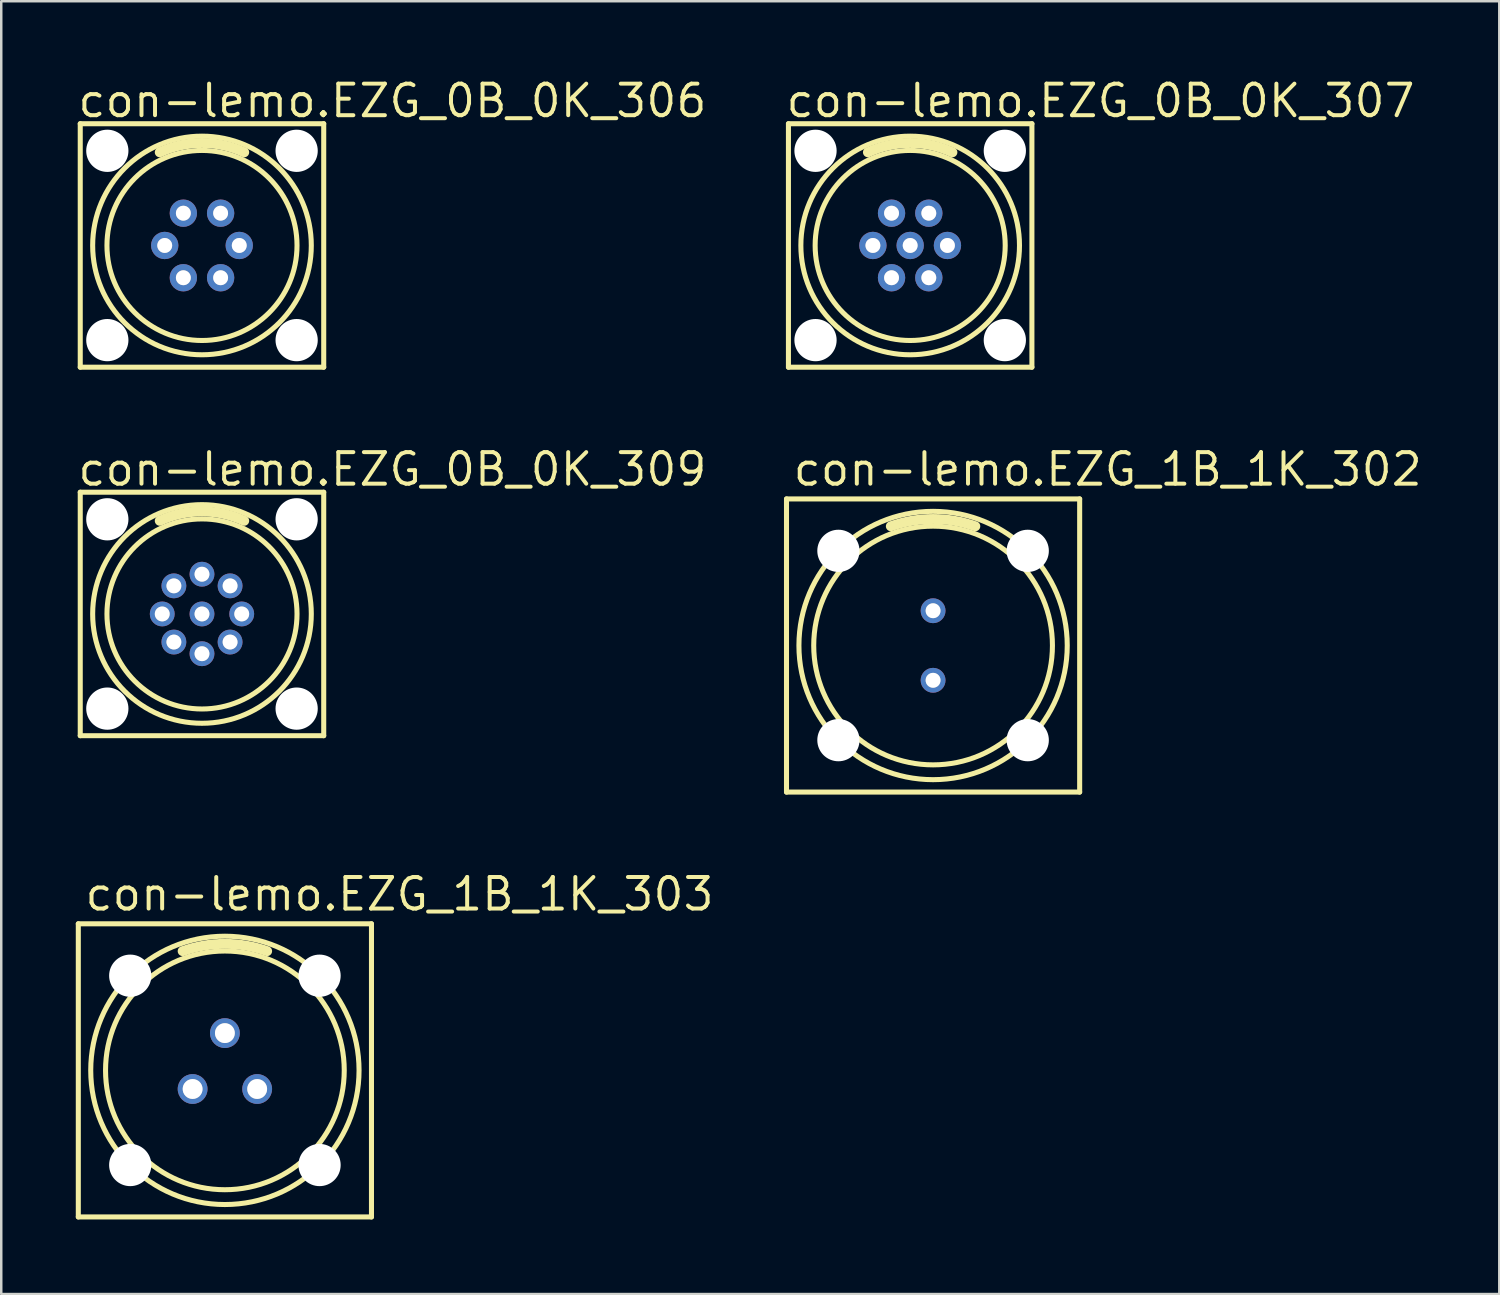
<source format=kicad_pcb>
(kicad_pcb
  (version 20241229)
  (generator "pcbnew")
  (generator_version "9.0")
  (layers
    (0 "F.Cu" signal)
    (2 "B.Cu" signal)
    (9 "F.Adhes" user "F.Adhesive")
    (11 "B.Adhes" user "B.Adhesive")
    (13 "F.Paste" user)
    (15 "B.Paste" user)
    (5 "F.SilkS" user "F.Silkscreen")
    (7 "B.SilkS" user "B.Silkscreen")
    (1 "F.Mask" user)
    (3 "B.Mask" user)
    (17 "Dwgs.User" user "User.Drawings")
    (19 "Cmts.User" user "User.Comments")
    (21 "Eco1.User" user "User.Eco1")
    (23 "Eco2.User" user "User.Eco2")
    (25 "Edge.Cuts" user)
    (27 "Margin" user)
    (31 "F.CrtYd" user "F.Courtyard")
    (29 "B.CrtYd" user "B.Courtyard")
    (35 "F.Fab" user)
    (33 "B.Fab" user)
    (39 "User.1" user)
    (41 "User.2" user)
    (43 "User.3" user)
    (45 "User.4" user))
  (footprint "con-lemo.EZG_1B_1K_303"
    (layer "F.Cu")
    (at 6.002 40.033)
    (property "Reference" "con-lemo.EZG_1B_1K_303" (at -5.715 -6.35 0) (layer "F.SilkS") (effects (font (size 1.27 1.27) (thickness 0.16)) (justify left bottom)))
    (attr through_hole)
    (fp_line (start -5.9 -5.9) (end 5.9 -5.9) (stroke (width 0.203) (type default)) (layer "F.SilkS"))
    (fp_line (start -5.9 5.9) (end -5.9 -5.9) (stroke (width 0.203) (type default)) (layer "F.SilkS"))
    (fp_line (start 5.9 -5.9) (end 5.9 5.9) (stroke (width 0.203) (type default)) (layer "F.SilkS"))
    (fp_line (start 5.9 5.9) (end -5.9 5.9) (stroke (width 0.203) (type default)) (layer "F.SilkS"))
    (fp_arc (start -1.7 -4.8) (mid 0 -5.092151) (end 1.7 -4.8) (stroke (width 0.4) (type default)) (layer "F.SilkS"))
    (fp_circle (center 0 0) (end 4.804 0) (stroke (width 0.203) (type default)) (fill no) (layer "F.SilkS"))
    (fp_circle (center 0 0) (end 5.4 0) (stroke (width 0.203) (type default)) (fill no) (layer "F.SilkS"))
    (fp_circle (center -1.299 0.75) (end -1.001 0.75) (stroke (width 0.203) (type default)) (fill no) (layer "F.Fab"))
    (fp_circle (center 0 -1.5) (end 0.298 -1.5) (stroke (width 0.203) (type default)) (fill no) (layer "F.Fab"))
    (fp_circle (center 1.299 0.75) (end 1.597 0.75) (stroke (width 0.203) (type default)) (fill no) (layer "F.Fab"))
    (pad "" np_thru_hole circle (at -3.81 -3.81) (size 1.7 1.7) (drill 1.7) (layers "*.Cu" "*.Mask"))
    (pad "" np_thru_hole circle (at -3.81 3.81) (size 1.7 1.7) (drill 1.7) (layers "*.Cu" "*.Mask"))
    (pad "" np_thru_hole circle (at 3.81 -3.81) (size 1.7 1.7) (drill 1.7) (layers "*.Cu" "*.Mask"))
    (pad "" np_thru_hole circle (at 3.81 3.81) (size 1.7 1.7) (drill 1.7) (layers "*.Cu" "*.Mask"))
    (pad "1" thru_hole circle (at 0 -1.5) (size 1.2 1.2) (drill 0.8) (layers "*.Cu" "*.Mask"))
    (pad "2" thru_hole circle (at -1.299 0.75) (size 1.2 1.2) (drill 0.8) (layers "*.Cu" "*.Mask"))
    (pad "3" thru_hole circle (at 1.299 0.75) (size 1.2 1.2) (drill 0.8) (layers "*.Cu" "*.Mask")))
  (footprint "con-lemo.EZG_0B_0K_306"
    (layer "F.Cu")
    (at 5.08 6.83)
    (property "Reference" "con-lemo.EZG_0B_0K_306" (at -5.08 -5.08 0) (layer "F.SilkS") (effects (font (size 1.27 1.27) (thickness 0.16)) (justify left bottom)))
    (attr through_hole)
    (fp_line (start -4.9 -4.9) (end 4.9 -4.9) (stroke (width 0.203) (type default)) (layer "F.SilkS"))
    (fp_line (start -4.9 4.9) (end -4.9 -4.9) (stroke (width 0.203) (type default)) (layer "F.SilkS"))
    (fp_line (start 4.9 -4.9) (end 4.9 4.9) (stroke (width 0.203) (type default)) (layer "F.SilkS"))
    (fp_line (start 4.9 4.9) (end -4.9 4.9) (stroke (width 0.203) (type default)) (layer "F.SilkS"))
    (fp_arc (start -1.7 -3.75) (mid 0 -4.125003) (end 1.7 -3.75) (stroke (width 0.4) (type default)) (layer "F.SilkS"))
    (fp_circle (center 0 0) (end 3.825 0) (stroke (width 0.203) (type default)) (fill no) (layer "F.SilkS"))
    (fp_circle (center 0 0) (end 4.4 0) (stroke (width 0.203) (type default)) (fill no) (layer "F.SilkS"))
    (fp_circle (center -1.5 0) (end -1.302 0) (stroke (width 0.203) (type default)) (fill no) (layer "F.Fab"))
    (fp_circle (center -0.75 -1.299) (end -0.551 -1.299) (stroke (width 0.203) (type default)) (fill no) (layer "F.Fab"))
    (fp_circle (center -0.75 1.299) (end -0.551 1.299) (stroke (width 0.203) (type default)) (fill no) (layer "F.Fab"))
    (fp_circle (center 0.75 -1.299) (end 0.948 -1.299) (stroke (width 0.203) (type default)) (fill no) (layer "F.Fab"))
    (fp_circle (center 0.75 1.299) (end 0.948 1.299) (stroke (width 0.203) (type default)) (fill no) (layer "F.Fab"))
    (fp_circle (center 1.5 0) (end 1.698 0) (stroke (width 0.203) (type default)) (fill no) (layer "F.Fab"))
    (pad "" np_thru_hole circle (at -3.81 -3.81) (size 1.7 1.7) (drill 1.7) (layers "*.Cu" "*.Mask"))
    (pad "" np_thru_hole circle (at -3.81 3.81) (size 1.7 1.7) (drill 1.7) (layers "*.Cu" "*.Mask"))
    (pad "" np_thru_hole circle (at 3.81 -3.81) (size 1.7 1.7) (drill 1.7) (layers "*.Cu" "*.Mask"))
    (pad "" np_thru_hole circle (at 3.81 3.81) (size 1.7 1.7) (drill 1.7) (layers "*.Cu" "*.Mask"))
    (pad "1" thru_hole circle (at -0.75 -1.299 120) (size 1.1 1.1) (drill 0.6) (layers "*.Cu" "*.Mask"))
    (pad "2" thru_hole circle (at -1.5 0 120) (size 1.1 1.1) (drill 0.6) (layers "*.Cu" "*.Mask"))
    (pad "3" thru_hole circle (at -0.75 1.299 120) (size 1.1 1.1) (drill 0.6) (layers "*.Cu" "*.Mask"))
    (pad "4" thru_hole circle (at 0.75 1.299 120) (size 1.1 1.1) (drill 0.6) (layers "*.Cu" "*.Mask"))
    (pad "5" thru_hole circle (at 1.5 0 120) (size 1.1 1.1) (drill 0.6) (layers "*.Cu" "*.Mask"))
    (pad "6" thru_hole circle (at 0.75 -1.299 120) (size 1.1 1.1) (drill 0.6) (layers "*.Cu" "*.Mask")))
  (footprint "con-lemo.EZG_1B_1K_302"
    (layer "F.Cu")
    (at 34.507 22.932)
    (property "Reference" "con-lemo.EZG_1B_1K_302" (at -5.715 -6.35 0) (layer "F.SilkS") (effects (font (size 1.27 1.27) (thickness 0.16)) (justify left bottom)))
    (attr through_hole)
    (fp_line (start -5.9 -5.9) (end 5.9 -5.9) (stroke (width 0.203) (type default)) (layer "F.SilkS"))
    (fp_line (start -5.9 5.9) (end -5.9 -5.9) (stroke (width 0.203) (type default)) (layer "F.SilkS"))
    (fp_line (start 5.9 -5.9) (end 5.9 5.9) (stroke (width 0.203) (type default)) (layer "F.SilkS"))
    (fp_line (start 5.9 5.9) (end -5.9 5.9) (stroke (width 0.203) (type default)) (layer "F.SilkS"))
    (fp_arc (start -1.7 -4.8) (mid 0 -5.092151) (end 1.7 -4.8) (stroke (width 0.4) (type default)) (layer "F.SilkS"))
    (fp_circle (center 0 0) (end 4.804 0) (stroke (width 0.203) (type default)) (fill no) (layer "F.SilkS"))
    (fp_circle (center 0 0) (end 5.4 0) (stroke (width 0.203) (type default)) (fill no) (layer "F.SilkS"))
    (fp_circle (center 0 -1.4) (end 0.198 -1.4) (stroke (width 0.203) (type default)) (fill no) (layer "F.Fab"))
    (fp_circle (center 0 1.4) (end 0.198 1.4) (stroke (width 0.203) (type default)) (fill no) (layer "F.Fab"))
    (pad "" np_thru_hole circle (at -3.81 -3.81) (size 1.7 1.7) (drill 1.7) (layers "*.Cu" "*.Mask"))
    (pad "" np_thru_hole circle (at -3.81 3.81) (size 1.7 1.7) (drill 1.7) (layers "*.Cu" "*.Mask"))
    (pad "" np_thru_hole circle (at 3.81 -3.81) (size 1.7 1.7) (drill 1.7) (layers "*.Cu" "*.Mask"))
    (pad "" np_thru_hole circle (at 3.81 3.81) (size 1.7 1.7) (drill 1.7) (layers "*.Cu" "*.Mask"))
    (pad "1" thru_hole circle (at 0 -1.4) (size 1 1) (drill 0.6) (layers "*.Cu" "*.Mask"))
    (pad "2" thru_hole circle (at 0 1.4) (size 1 1) (drill 0.6) (layers "*.Cu" "*.Mask")))
  (footprint "con-lemo.EZG_0B_0K_309"
    (layer "F.Cu")
    (at 5.08 21.662)
    (property "Reference" "con-lemo.EZG_0B_0K_309" (at -5.08 -5.08 0) (layer "F.SilkS") (effects (font (size 1.27 1.27) (thickness 0.16)) (justify left bottom)))
    (attr through_hole)
    (fp_line (start -4.9 -4.9) (end 4.9 -4.9) (stroke (width 0.203) (type default)) (layer "F.SilkS"))
    (fp_line (start -4.9 4.9) (end -4.9 -4.9) (stroke (width 0.203) (type default)) (layer "F.SilkS"))
    (fp_line (start 4.9 -4.9) (end 4.9 4.9) (stroke (width 0.203) (type default)) (layer "F.SilkS"))
    (fp_line (start 4.9 4.9) (end -4.9 4.9) (stroke (width 0.203) (type default)) (layer "F.SilkS"))
    (fp_arc (start -1.7 -3.75) (mid 0 -4.125003) (end 1.7 -3.75) (stroke (width 0.4) (type default)) (layer "F.SilkS"))
    (fp_circle (center 0 0) (end 3.825 0) (stroke (width 0.203) (type default)) (fill no) (layer "F.SilkS"))
    (fp_circle (center 0 0) (end 4.4 0) (stroke (width 0.203) (type default)) (fill no) (layer "F.SilkS"))
    (fp_circle (center -1.6 0) (end -1.402 0) (stroke (width 0.203) (type default)) (fill no) (layer "F.Fab"))
    (fp_circle (center -1.131 -1.131) (end -0.933 -1.131) (stroke (width 0.203) (type default)) (fill no) (layer "F.Fab"))
    (fp_circle (center -1.131 1.131) (end -0.933 1.131) (stroke (width 0.203) (type default)) (fill no) (layer "F.Fab"))
    (fp_circle (center 0 -1.6) (end 0.198 -1.6) (stroke (width 0.203) (type default)) (fill no) (layer "F.Fab"))
    (fp_circle (center 0 0) (end 0.198 0) (stroke (width 0.203) (type default)) (fill no) (layer "F.Fab"))
    (fp_circle (center 0 1.6) (end 0.198 1.6) (stroke (width 0.203) (type default)) (fill no) (layer "F.Fab"))
    (fp_circle (center 1.131 -1.131) (end 1.33 -1.131) (stroke (width 0.203) (type default)) (fill no) (layer "F.Fab"))
    (fp_circle (center 1.131 1.131) (end 1.33 1.131) (stroke (width 0.203) (type default)) (fill no) (layer "F.Fab"))
    (fp_circle (center 1.6 0) (end 1.798 0) (stroke (width 0.203) (type default)) (fill no) (layer "F.Fab"))
    (pad "" np_thru_hole circle (at -3.81 -3.81) (size 1.7 1.7) (drill 1.7) (layers "*.Cu" "*.Mask"))
    (pad "" np_thru_hole circle (at -3.81 3.81) (size 1.7 1.7) (drill 1.7) (layers "*.Cu" "*.Mask"))
    (pad "" np_thru_hole circle (at 3.81 -3.81) (size 1.7 1.7) (drill 1.7) (layers "*.Cu" "*.Mask"))
    (pad "" np_thru_hole circle (at 3.81 3.81) (size 1.7 1.7) (drill 1.7) (layers "*.Cu" "*.Mask"))
    (pad "1" thru_hole circle (at 0 -1.6 90) (size 1 1) (drill 0.6) (layers "*.Cu" "*.Mask"))
    (pad "2" thru_hole circle (at -1.131 -1.131 135) (size 1 1) (drill 0.6) (layers "*.Cu" "*.Mask"))
    (pad "3" thru_hole circle (at -1.6 0 180) (size 1 1) (drill 0.6) (layers "*.Cu" "*.Mask"))
    (pad "4" thru_hole circle (at -1.131 1.131 225) (size 1 1) (drill 0.6) (layers "*.Cu" "*.Mask"))
    (pad "5" thru_hole circle (at 0 1.6 270) (size 1 1) (drill 0.6) (layers "*.Cu" "*.Mask"))
    (pad "6" thru_hole circle (at 1.131 1.131 315) (size 1 1) (drill 0.6) (layers "*.Cu" "*.Mask"))
    (pad "7" thru_hole circle (at 1.6 0) (size 1 1) (drill 0.6) (layers "*.Cu" "*.Mask"))
    (pad "8" thru_hole circle (at 1.131 -1.131 45) (size 1 1) (drill 0.6) (layers "*.Cu" "*.Mask"))
    (pad "9" thru_hole circle (at 0 0) (size 1 1) (drill 0.6) (layers "*.Cu" "*.Mask")))
  (footprint "con-lemo.EZG_0B_0K_307"
    (layer "F.Cu")
    (at 33.585 6.83)
    (property "Reference" "con-lemo.EZG_0B_0K_307" (at -5.08 -5.08 0) (layer "F.SilkS") (effects (font (size 1.27 1.27) (thickness 0.16)) (justify left bottom)))
    (attr through_hole)
    (fp_line (start -4.9 -4.9) (end 4.9 -4.9) (stroke (width 0.203) (type default)) (layer "F.SilkS"))
    (fp_line (start -4.9 4.9) (end -4.9 -4.9) (stroke (width 0.203) (type default)) (layer "F.SilkS"))
    (fp_line (start 4.9 -4.9) (end 4.9 4.9) (stroke (width 0.203) (type default)) (layer "F.SilkS"))
    (fp_line (start 4.9 4.9) (end -4.9 4.9) (stroke (width 0.203) (type default)) (layer "F.SilkS"))
    (fp_arc (start -1.7 -3.75) (mid 0 -4.125003) (end 1.7 -3.75) (stroke (width 0.4) (type default)) (layer "F.SilkS"))
    (fp_circle (center 0 0) (end 3.825 0) (stroke (width 0.203) (type default)) (fill no) (layer "F.SilkS"))
    (fp_circle (center 0 0) (end 4.4 0) (stroke (width 0.203) (type default)) (fill no) (layer "F.SilkS"))
    (fp_circle (center -1.5 0) (end -1.302 0) (stroke (width 0.203) (type default)) (fill no) (layer "F.Fab"))
    (fp_circle (center -0.75 -1.299) (end -0.551 -1.299) (stroke (width 0.203) (type default)) (fill no) (layer "F.Fab"))
    (fp_circle (center -0.75 1.299) (end -0.551 1.299) (stroke (width 0.203) (type default)) (fill no) (layer "F.Fab"))
    (fp_circle (center 0 0) (end 0.198 0) (stroke (width 0.203) (type default)) (fill no) (layer "F.Fab"))
    (fp_circle (center 0.75 -1.299) (end 0.948 -1.299) (stroke (width 0.203) (type default)) (fill no) (layer "F.Fab"))
    (fp_circle (center 0.75 1.299) (end 0.948 1.299) (stroke (width 0.203) (type default)) (fill no) (layer "F.Fab"))
    (fp_circle (center 1.5 0) (end 1.698 0) (stroke (width 0.203) (type default)) (fill no) (layer "F.Fab"))
    (pad "" np_thru_hole circle (at -3.81 -3.81) (size 1.7 1.7) (drill 1.7) (layers "*.Cu" "*.Mask"))
    (pad "" np_thru_hole circle (at -3.81 3.81) (size 1.7 1.7) (drill 1.7) (layers "*.Cu" "*.Mask"))
    (pad "" np_thru_hole circle (at 3.81 -3.81) (size 1.7 1.7) (drill 1.7) (layers "*.Cu" "*.Mask"))
    (pad "" np_thru_hole circle (at 3.81 3.81) (size 1.7 1.7) (drill 1.7) (layers "*.Cu" "*.Mask"))
    (pad "1" thru_hole circle (at -0.75 -1.299 120) (size 1.1 1.1) (drill 0.6) (layers "*.Cu" "*.Mask"))
    (pad "2" thru_hole circle (at -1.5 0 120) (size 1.1 1.1) (drill 0.6) (layers "*.Cu" "*.Mask"))
    (pad "3" thru_hole circle (at -0.75 1.299 120) (size 1.1 1.1) (drill 0.6) (layers "*.Cu" "*.Mask"))
    (pad "4" thru_hole circle (at 0.75 1.299 120) (size 1.1 1.1) (drill 0.6) (layers "*.Cu" "*.Mask"))
    (pad "5" thru_hole circle (at 1.5 0 120) (size 1.1 1.1) (drill 0.6) (layers "*.Cu" "*.Mask"))
    (pad "6" thru_hole circle (at 0.75 -1.299 120) (size 1.1 1.1) (drill 0.6) (layers "*.Cu" "*.Mask"))
    (pad "7" thru_hole circle (at 0 0) (size 1.1 1.1) (drill 0.6) (layers "*.Cu" "*.Mask")))
  (gr_rect
    (start -3 -3)
    (end 57.297 49.035)
    (stroke (width 0.1) (type default))
    (fill no)
    (layer "Edge.Cuts")))
</source>
